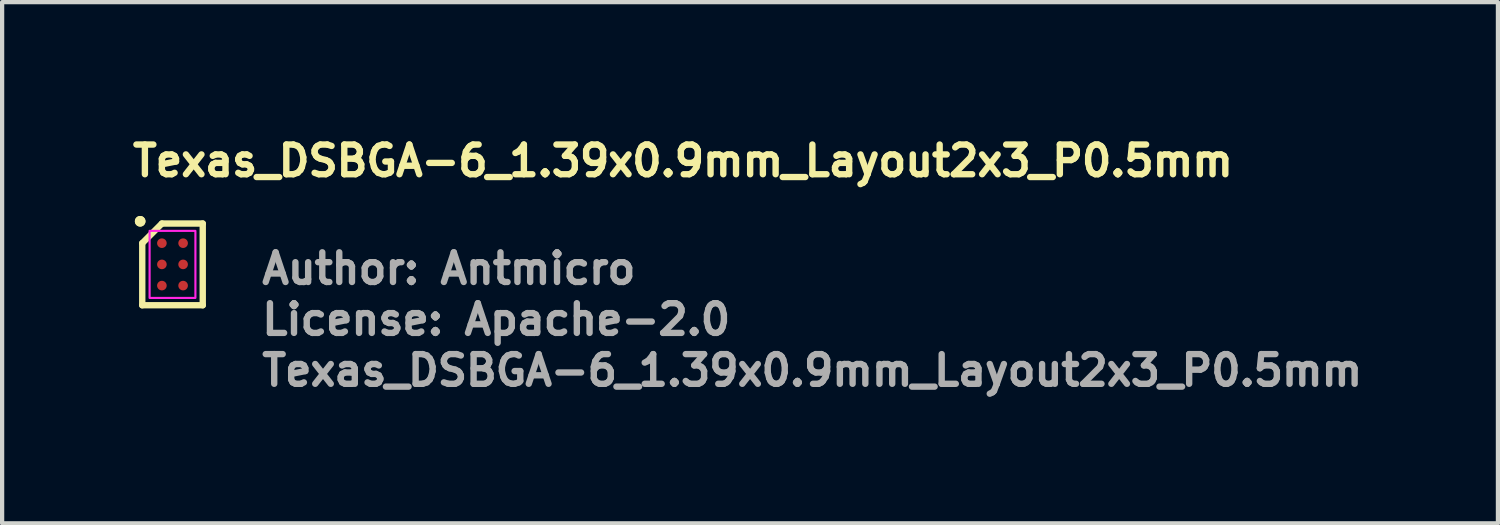
<source format=kicad_pcb>
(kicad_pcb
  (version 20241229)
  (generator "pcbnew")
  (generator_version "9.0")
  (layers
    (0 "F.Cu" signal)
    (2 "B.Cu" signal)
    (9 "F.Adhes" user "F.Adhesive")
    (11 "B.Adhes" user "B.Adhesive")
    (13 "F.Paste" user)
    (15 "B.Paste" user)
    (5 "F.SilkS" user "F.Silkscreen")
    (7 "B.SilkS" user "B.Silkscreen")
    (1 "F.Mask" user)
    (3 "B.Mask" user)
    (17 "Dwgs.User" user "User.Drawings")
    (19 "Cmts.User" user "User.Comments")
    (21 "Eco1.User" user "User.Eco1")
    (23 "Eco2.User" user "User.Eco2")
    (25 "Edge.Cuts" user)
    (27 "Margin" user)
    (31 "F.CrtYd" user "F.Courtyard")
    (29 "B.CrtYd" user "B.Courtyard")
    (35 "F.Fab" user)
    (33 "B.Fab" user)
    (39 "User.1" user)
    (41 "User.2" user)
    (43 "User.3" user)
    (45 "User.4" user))
  (footprint "Texas_DSBGA-6_1.39x0.9mm_Layout2x3_P0.5mm"
    (layer "F.Cu")
    (at 1.016 3.182)
    (property "Reference" "Texas_DSBGA-6_1.39x0.9mm_Layout2x3_P0.5mm" (at -1.016 -2.032 0) (layer "F.SilkS") (effects (font (size 0.7 0.7) (thickness 0.15)) (justify left bottom)))
    (attr smd)
    (fp_line (start -0.713 -0.5) (end -0.25 -0.963) (stroke (width 0.15) (type solid)) (layer "F.SilkS"))
    (fp_line (start -0.713 0.963) (end -0.713 -0.5) (stroke (width 0.15) (type solid)) (layer "F.SilkS"))
    (fp_line (start -0.25 -0.963) (end 0.713 -0.963) (stroke (width 0.15) (type solid)) (layer "F.SilkS"))
    (fp_line (start 0.713 -0.963) (end 0.713 0.963) (stroke (width 0.15) (type solid)) (layer "F.SilkS"))
    (fp_line (start 0.713 0.963) (end -0.713 0.963) (stroke (width 0.15) (type solid)) (layer "F.SilkS"))
    (fp_circle (center -0.762 -1.016) (end -0.712 -1.016) (stroke (width 0.15) (type solid)) (fill yes) (layer "F.SilkS"))
    (fp_circle (center -0.762 -1.016) (end -0.712 -1.016) (stroke (width 0.15) (type solid)) (fill yes) (layer "F.SilkS"))
    (fp_rect (start -0.54 -0.79) (end 0.54 0.79) (stroke (width 0.05) (type solid)) (fill no) (layer "F.CrtYd"))
    (fp_rect (start -0.444 -0.694) (end 0.444 0.694) (stroke (width 0.1) (type solid)) (fill no) (layer "User.5"))
    (fp_line (start -0.444 -0.694) (end 0.444 -0.694) (stroke (width 0.02) (type solid)) (layer "User.9"))
    (fp_line (start -0.444 0.694) (end -0.444 -0.694) (stroke (width 0.02) (type solid)) (layer "User.9"))
    (fp_line (start -0.444 0.694) (end 0.444 0.694) (stroke (width 0.02) (type solid)) (layer "User.9"))
    (fp_line (start -0.388 -0.591) (end -0.388 -0.589) (stroke (width 0.02) (type solid)) (layer "User.9"))
    (fp_line (start -0.388 -0.589) (end -0.388 -0.586) (stroke (width 0.02) (type solid)) (layer "User.9"))
    (fp_line (start -0.388 -0.586) (end -0.388 -0.583) (stroke (width 0.02) (type solid)) (layer "User.9"))
    (fp_line (start -0.388 -0.583) (end -0.388 -0.58) (stroke (width 0.02) (type solid)) (layer "User.9"))
    (fp_line (start -0.388 -0.58) (end -0.388 -0.577) (stroke (width 0.02) (type solid)) (layer "User.9"))
    (fp_line (start -0.388 -0.577) (end -0.388 -0.575) (stroke (width 0.02) (type solid)) (layer "User.9"))
    (fp_line (start -0.388 -0.575) (end -0.387 -0.572) (stroke (width 0.02) (type solid)) (layer "User.9"))
    (fp_line (start -0.387 -0.597) (end -0.387 -0.594) (stroke (width 0.02) (type solid)) (layer "User.9"))
    (fp_line (start -0.387 -0.594) (end -0.388 -0.591) (stroke (width 0.02) (type solid)) (layer "User.9"))
    (fp_line (start -0.387 -0.572) (end -0.387 -0.569) (stroke (width 0.02) (type solid)) (layer "User.9"))
    (fp_line (start -0.387 -0.569) (end -0.386 -0.566) (stroke (width 0.02) (type solid)) (layer "User.9"))
    (fp_line (start -0.386 -0.6) (end -0.387 -0.597) (stroke (width 0.02) (type solid)) (layer "User.9"))
    (fp_line (start -0.386 -0.566) (end -0.385 -0.564) (stroke (width 0.02) (type solid)) (layer "User.9"))
    (fp_line (start -0.385 -0.602) (end -0.386 -0.6) (stroke (width 0.02) (type solid)) (layer "User.9"))
    (fp_line (start -0.385 -0.564) (end -0.384 -0.561) (stroke (width 0.02) (type solid)) (layer "User.9"))
    (fp_line (start -0.384 -0.605) (end -0.385 -0.602) (stroke (width 0.02) (type solid)) (layer "User.9"))
    (fp_line (start -0.384 -0.561) (end -0.383 -0.559) (stroke (width 0.02) (type solid)) (layer "User.9"))
    (fp_line (start -0.383 -0.607) (end -0.384 -0.605) (stroke (width 0.02) (type solid)) (layer "User.9"))
    (fp_line (start -0.383 -0.559) (end -0.382 -0.557) (stroke (width 0.02) (type solid)) (layer "User.9"))
    (fp_line (start -0.382 -0.609) (end -0.383 -0.607) (stroke (width 0.02) (type solid)) (layer "User.9"))
    (fp_line (start -0.382 -0.557) (end -0.38 -0.554) (stroke (width 0.02) (type solid)) (layer "User.9"))
    (fp_line (start -0.38 -0.612) (end -0.382 -0.609) (stroke (width 0.02) (type solid)) (layer "User.9"))
    (fp_line (start -0.38 -0.554) (end -0.379 -0.552) (stroke (width 0.02) (type solid)) (layer "User.9"))
    (fp_line (start -0.379 -0.614) (end -0.38 -0.612) (stroke (width 0.02) (type solid)) (layer "User.9"))
    (fp_line (start -0.379 -0.552) (end -0.377 -0.55) (stroke (width 0.02) (type solid)) (layer "User.9"))
    (fp_line (start -0.377 -0.616) (end -0.379 -0.614) (stroke (width 0.02) (type solid)) (layer "User.9"))
    (fp_line (start -0.377 -0.55) (end -0.376 -0.548) (stroke (width 0.02) (type solid)) (layer "User.9"))
    (fp_line (start -0.376 -0.618) (end -0.377 -0.616) (stroke (width 0.02) (type solid)) (layer "User.9"))
    (fp_line (start -0.376 -0.548) (end -0.374 -0.546) (stroke (width 0.02) (type solid)) (layer "User.9"))
    (fp_line (start -0.374 -0.62) (end -0.376 -0.618) (stroke (width 0.02) (type solid)) (layer "User.9"))
    (fp_line (start -0.374 -0.546) (end -0.372 -0.544) (stroke (width 0.02) (type solid)) (layer "User.9"))
    (fp_line (start -0.372 -0.622) (end -0.374 -0.62) (stroke (width 0.02) (type solid)) (layer "User.9"))
    (fp_line (start -0.372 -0.544) (end -0.37 -0.542) (stroke (width 0.02) (type solid)) (layer "User.9"))
    (fp_line (start -0.37 -0.624) (end -0.372 -0.622) (stroke (width 0.02) (type solid)) (layer "User.9"))
    (fp_line (start -0.37 -0.542) (end -0.368 -0.54) (stroke (width 0.02) (type solid)) (layer "User.9"))
    (fp_line (start -0.368 -0.626) (end -0.37 -0.624) (stroke (width 0.02) (type solid)) (layer "User.9"))
    (fp_line (start -0.368 -0.54) (end -0.366 -0.539) (stroke (width 0.02) (type solid)) (layer "User.9"))
    (fp_line (start -0.366 -0.627) (end -0.368 -0.626) (stroke (width 0.02) (type solid)) (layer "User.9"))
    (fp_line (start -0.366 -0.539) (end -0.364 -0.537) (stroke (width 0.02) (type solid)) (layer "User.9"))
    (fp_line (start -0.364 -0.629) (end -0.366 -0.627) (stroke (width 0.02) (type solid)) (layer "User.9"))
    (fp_line (start -0.364 -0.537) (end -0.362 -0.536) (stroke (width 0.02) (type solid)) (layer "User.9"))
    (fp_line (start -0.362 -0.63) (end -0.364 -0.629) (stroke (width 0.02) (type solid)) (layer "User.9"))
    (fp_line (start -0.362 -0.536) (end -0.359 -0.534) (stroke (width 0.02) (type solid)) (layer "User.9"))
    (fp_line (start -0.359 -0.632) (end -0.362 -0.63) (stroke (width 0.02) (type solid)) (layer "User.9"))
    (fp_line (start -0.359 -0.534) (end -0.357 -0.533) (stroke (width 0.02) (type solid)) (layer "User.9"))
    (fp_line (start -0.357 -0.633) (end -0.359 -0.632) (stroke (width 0.02) (type solid)) (layer "User.9"))
    (fp_line (start -0.357 -0.533) (end -0.355 -0.532) (stroke (width 0.02) (type solid)) (layer "User.9"))
    (fp_line (start -0.355 -0.634) (end -0.357 -0.633) (stroke (width 0.02) (type solid)) (layer "User.9"))
    (fp_line (start -0.355 -0.532) (end -0.352 -0.531) (stroke (width 0.02) (type solid)) (layer "User.9"))
    (fp_line (start -0.352 -0.635) (end -0.355 -0.634) (stroke (width 0.02) (type solid)) (layer "User.9"))
    (fp_line (start -0.352 -0.531) (end -0.35 -0.53) (stroke (width 0.02) (type solid)) (layer "User.9"))
    (fp_line (start -0.35 -0.636) (end -0.352 -0.635) (stroke (width 0.02) (type solid)) (layer "User.9"))
    (fp_line (start -0.35 -0.53) (end -0.347 -0.529) (stroke (width 0.02) (type solid)) (layer "User.9"))
    (fp_line (start -0.347 -0.637) (end -0.35 -0.636) (stroke (width 0.02) (type solid)) (layer "User.9"))
    (fp_line (start -0.347 -0.529) (end -0.344 -0.529) (stroke (width 0.02) (type solid)) (layer "User.9"))
    (fp_line (start -0.344 -0.637) (end -0.347 -0.637) (stroke (width 0.02) (type solid)) (layer "User.9"))
    (fp_line (start -0.344 -0.529) (end -0.341 -0.528) (stroke (width 0.02) (type solid)) (layer "User.9"))
    (fp_line (start -0.341 -0.638) (end -0.344 -0.637) (stroke (width 0.02) (type solid)) (layer "User.9"))
    (fp_line (start -0.341 -0.528) (end -0.339 -0.528) (stroke (width 0.02) (type solid)) (layer "User.9"))
    (fp_line (start -0.339 -0.638) (end -0.341 -0.638) (stroke (width 0.02) (type solid)) (layer "User.9"))
    (fp_line (start -0.339 -0.528) (end -0.336 -0.528) (stroke (width 0.02) (type solid)) (layer "User.9"))
    (fp_line (start -0.336 -0.638) (end -0.339 -0.638) (stroke (width 0.02) (type solid)) (layer "User.9"))
    (fp_line (start -0.336 -0.528) (end -0.333 -0.528) (stroke (width 0.02) (type solid)) (layer "User.9"))
    (fp_line (start -0.333 -0.638) (end -0.336 -0.638) (stroke (width 0.02) (type solid)) (layer "User.9"))
    (fp_line (start -0.333 -0.528) (end -0.33 -0.528) (stroke (width 0.02) (type solid)) (layer "User.9"))
    (fp_line (start -0.33 -0.638) (end -0.333 -0.638) (stroke (width 0.02) (type solid)) (layer "User.9"))
    (fp_line (start -0.33 -0.528) (end -0.327 -0.528) (stroke (width 0.02) (type solid)) (layer "User.9"))
    (fp_line (start -0.327 -0.638) (end -0.33 -0.638) (stroke (width 0.02) (type solid)) (layer "User.9"))
    (fp_line (start -0.327 -0.528) (end -0.325 -0.528) (stroke (width 0.02) (type solid)) (layer "User.9"))
    (fp_line (start -0.325 -0.638) (end -0.327 -0.638) (stroke (width 0.02) (type solid)) (layer "User.9"))
    (fp_line (start -0.325 -0.528) (end -0.322 -0.529) (stroke (width 0.02) (type solid)) (layer "User.9"))
    (fp_line (start -0.322 -0.637) (end -0.325 -0.638) (stroke (width 0.02) (type solid)) (layer "User.9"))
    (fp_line (start -0.322 -0.529) (end -0.319 -0.529) (stroke (width 0.02) (type solid)) (layer "User.9"))
    (fp_line (start -0.319 -0.637) (end -0.322 -0.637) (stroke (width 0.02) (type solid)) (layer "User.9"))
    (fp_line (start -0.319 -0.529) (end -0.316 -0.53) (stroke (width 0.02) (type solid)) (layer "User.9"))
    (fp_line (start -0.316 -0.636) (end -0.319 -0.637) (stroke (width 0.02) (type solid)) (layer "User.9"))
    (fp_line (start -0.316 -0.53) (end -0.314 -0.531) (stroke (width 0.02) (type solid)) (layer "User.9"))
    (fp_line (start -0.314 -0.635) (end -0.316 -0.636) (stroke (width 0.02) (type solid)) (layer "User.9"))
    (fp_line (start -0.314 -0.531) (end -0.311 -0.532) (stroke (width 0.02) (type solid)) (layer "User.9"))
    (fp_line (start -0.311 -0.634) (end -0.314 -0.635) (stroke (width 0.02) (type solid)) (layer "User.9"))
    (fp_line (start -0.311 -0.532) (end -0.309 -0.533) (stroke (width 0.02) (type solid)) (layer "User.9"))
    (fp_line (start -0.309 -0.633) (end -0.311 -0.634) (stroke (width 0.02) (type solid)) (layer "User.9"))
    (fp_line (start -0.309 -0.533) (end -0.307 -0.534) (stroke (width 0.02) (type solid)) (layer "User.9"))
    (fp_line (start -0.307 -0.632) (end -0.309 -0.633) (stroke (width 0.02) (type solid)) (layer "User.9"))
    (fp_line (start -0.307 -0.534) (end -0.304 -0.536) (stroke (width 0.02) (type solid)) (layer "User.9"))
    (fp_line (start -0.304 -0.63) (end -0.307 -0.632) (stroke (width 0.02) (type solid)) (layer "User.9"))
    (fp_line (start -0.304 -0.536) (end -0.302 -0.537) (stroke (width 0.02) (type solid)) (layer "User.9"))
    (fp_line (start -0.302 -0.629) (end -0.304 -0.63) (stroke (width 0.02) (type solid)) (layer "User.9"))
    (fp_line (start -0.302 -0.537) (end -0.3 -0.539) (stroke (width 0.02) (type solid)) (layer "User.9"))
    (fp_line (start -0.3 -0.627) (end -0.302 -0.629) (stroke (width 0.02) (type solid)) (layer "User.9"))
    (fp_line (start -0.3 -0.539) (end -0.298 -0.54) (stroke (width 0.02) (type solid)) (layer "User.9"))
    (fp_line (start -0.298 -0.626) (end -0.3 -0.627) (stroke (width 0.02) (type solid)) (layer "User.9"))
    (fp_line (start -0.298 -0.54) (end -0.296 -0.542) (stroke (width 0.02) (type solid)) (layer "User.9"))
    (fp_line (start -0.296 -0.624) (end -0.298 -0.626) (stroke (width 0.02) (type solid)) (layer "User.9"))
    (fp_line (start -0.296 -0.542) (end -0.294 -0.544) (stroke (width 0.02) (type solid)) (layer "User.9"))
    (fp_line (start -0.294 -0.622) (end -0.296 -0.624) (stroke (width 0.02) (type solid)) (layer "User.9"))
    (fp_line (start -0.294 -0.544) (end -0.292 -0.546) (stroke (width 0.02) (type solid)) (layer "User.9"))
    (fp_line (start -0.292 -0.62) (end -0.294 -0.622) (stroke (width 0.02) (type solid)) (layer "User.9"))
    (fp_line (start -0.292 -0.546) (end -0.29 -0.548) (stroke (width 0.02) (type solid)) (layer "User.9"))
    (fp_line (start -0.29 -0.618) (end -0.292 -0.62) (stroke (width 0.02) (type solid)) (layer "User.9"))
    (fp_line (start -0.29 -0.548) (end -0.289 -0.55) (stroke (width 0.02) (type solid)) (layer "User.9"))
    (fp_line (start -0.289 -0.616) (end -0.29 -0.618) (stroke (width 0.02) (type solid)) (layer "User.9"))
    (fp_line (start -0.289 -0.55) (end -0.287 -0.552) (stroke (width 0.02) (type solid)) (layer "User.9"))
    (fp_line (start -0.287 -0.614) (end -0.289 -0.616) (stroke (width 0.02) (type solid)) (layer "User.9"))
    (fp_line (start -0.287 -0.552) (end -0.286 -0.554) (stroke (width 0.02) (type solid)) (layer "User.9"))
    (fp_line (start -0.286 -0.612) (end -0.287 -0.614) (stroke (width 0.02) (type solid)) (layer "User.9"))
    (fp_line (start -0.286 -0.554) (end -0.284 -0.557) (stroke (width 0.02) (type solid)) (layer "User.9"))
    (fp_line (start -0.284 -0.609) (end -0.286 -0.612) (stroke (width 0.02) (type solid)) (layer "User.9"))
    (fp_line (start -0.284 -0.557) (end -0.283 -0.559) (stroke (width 0.02) (type solid)) (layer "User.9"))
    (fp_line (start -0.283 -0.607) (end -0.284 -0.609) (stroke (width 0.02) (type solid)) (layer "User.9"))
    (fp_line (start -0.283 -0.559) (end -0.282 -0.561) (stroke (width 0.02) (type solid)) (layer "User.9"))
    (fp_line (start -0.282 -0.605) (end -0.283 -0.607) (stroke (width 0.02) (type solid)) (layer "User.9"))
    (fp_line (start -0.282 -0.561) (end -0.281 -0.564) (stroke (width 0.02) (type solid)) (layer "User.9"))
    (fp_line (start -0.281 -0.602) (end -0.282 -0.605) (stroke (width 0.02) (type solid)) (layer "User.9"))
    (fp_line (start -0.281 -0.564) (end -0.28 -0.566) (stroke (width 0.02) (type solid)) (layer "User.9"))
    (fp_line (start -0.28 -0.6) (end -0.281 -0.602) (stroke (width 0.02) (type solid)) (layer "User.9"))
    (fp_line (start -0.28 -0.566) (end -0.279 -0.569) (stroke (width 0.02) (type solid)) (layer "User.9"))
    (fp_line (start -0.279 -0.597) (end -0.28 -0.6) (stroke (width 0.02) (type solid)) (layer "User.9"))
    (fp_line (start -0.279 -0.594) (end -0.279 -0.597) (stroke (width 0.02) (type solid)) (layer "User.9"))
    (fp_line (start -0.279 -0.572) (end -0.278 -0.575) (stroke (width 0.02) (type solid)) (layer "User.9"))
    (fp_line (start -0.279 -0.569) (end -0.279 -0.572) (stroke (width 0.02) (type solid)) (layer "User.9"))
    (fp_line (start -0.278 -0.591) (end -0.279 -0.594) (stroke (width 0.02) (type solid)) (layer "User.9"))
    (fp_line (start -0.278 -0.589) (end -0.278 -0.591) (stroke (width 0.02) (type solid)) (layer "User.9"))
    (fp_line (start -0.278 -0.586) (end -0.278 -0.589) (stroke (width 0.02) (type solid)) (layer "User.9"))
    (fp_line (start -0.278 -0.583) (end -0.278 -0.586) (stroke (width 0.02) (type solid)) (layer "User.9"))
    (fp_line (start -0.278 -0.58) (end -0.278 -0.583) (stroke (width 0.02) (type solid)) (layer "User.9"))
    (fp_line (start -0.278 -0.577) (end -0.278 -0.58) (stroke (width 0.02) (type solid)) (layer "User.9"))
    (fp_line (start -0.278 -0.575) (end -0.278 -0.577) (stroke (width 0.02) (type solid)) (layer "User.9"))
    (fp_line (start 0.444 0.694) (end 0.444 -0.694) (stroke (width 0.02) (type solid)) (layer "User.9"))
    (fp_text user "Author: Antmicro" (at 2.032 0.508 0) (layer "F.Fab") (effects (font (size 0.7 0.7) (thickness 0.15)) (justify left bottom)))
    (fp_text user "${REFERENCE}" (at 2.032 2.908 0) (layer "F.Fab") (effects (font (size 0.7 0.7) (thickness 0.15)) (justify left bottom)))
    (fp_text user "License: Apache-2.0" (at 2.032 1.708 0) (layer "F.Fab") (effects (font (size 0.7 0.7) (thickness 0.15)) (justify left bottom)))
    (pad "A1" smd circle (at -0.25 -0.5 90) (size 0.226 0.226) (layers "F.Cu" "F.Mask" "F.Paste"))
    (pad "A2" smd circle (at 0.25 -0.5 90) (size 0.226 0.226) (layers "F.Cu" "F.Mask" "F.Paste"))
    (pad "B1" smd circle (at -0.25 0 90) (size 0.226 0.226) (layers "F.Cu" "F.Mask" "F.Paste"))
    (pad "B2" smd circle (at 0.25 0 90) (size 0.226 0.226) (layers "F.Cu" "F.Mask" "F.Paste"))
    (pad "C1" smd circle (at -0.25 0.5 90) (size 0.226 0.226) (layers "F.Cu" "F.Mask" "F.Paste"))
    (pad "C2" smd circle (at 0.25 0.5 90) (size 0.226 0.226) (layers "F.Cu" "F.Mask" "F.Paste")))
  (gr_rect
    (start -3 -3)
    (end 32.258 9.286)
    (stroke (width 0.1) (type default))
    (fill no)
    (layer "Edge.Cuts")))
</source>
